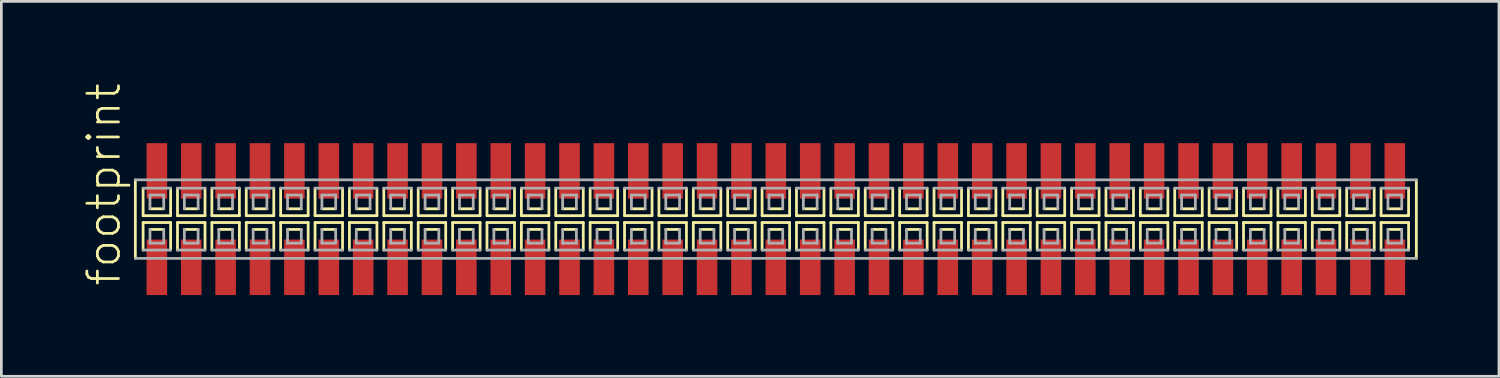
<source format=kicad_pcb>
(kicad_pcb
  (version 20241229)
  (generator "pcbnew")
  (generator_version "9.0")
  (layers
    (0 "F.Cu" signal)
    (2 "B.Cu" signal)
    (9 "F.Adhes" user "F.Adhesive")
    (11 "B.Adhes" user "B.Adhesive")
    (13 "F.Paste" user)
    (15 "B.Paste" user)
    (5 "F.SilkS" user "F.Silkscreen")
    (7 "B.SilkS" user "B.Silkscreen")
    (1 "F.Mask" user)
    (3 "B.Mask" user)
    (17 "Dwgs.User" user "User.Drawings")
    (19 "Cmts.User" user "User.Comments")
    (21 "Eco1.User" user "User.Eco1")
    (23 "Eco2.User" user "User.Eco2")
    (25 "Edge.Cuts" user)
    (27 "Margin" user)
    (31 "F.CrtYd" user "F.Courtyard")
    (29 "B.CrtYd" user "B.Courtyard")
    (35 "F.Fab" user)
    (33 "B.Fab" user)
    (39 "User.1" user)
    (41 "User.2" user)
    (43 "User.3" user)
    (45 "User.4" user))
  (footprint "footprint"
    (layer "F.Cu")
    (at 25.603 5.042)
    (property "Reference" "footprint" (at -24.13 2.54 90) (layer "F.SilkS") (effects (font (size 1.168 1.168) (thickness 0.102)) (justify left bottom)))
    (fp_line (start -23.655 -1.45) (end -23.655 1.45) (stroke (width 0.102) (type solid)) (layer "F.SilkS"))
    (fp_line (start -23.368 -1.143) (end -23.368 -0.127) (stroke (width 0.102) (type solid)) (layer "F.SilkS"))
    (fp_line (start -23.368 -0.127) (end -22.352 -0.127) (stroke (width 0.102) (type solid)) (layer "F.SilkS"))
    (fp_line (start -23.368 0.127) (end -23.368 1.143) (stroke (width 0.102) (type solid)) (layer "F.SilkS"))
    (fp_line (start -23.114 -0.381) (end -22.606 -0.381) (stroke (width 0.102) (type solid)) (layer "F.SilkS"))
    (fp_line (start -22.606 0.381) (end -23.114 0.381) (stroke (width 0.102) (type solid)) (layer "F.SilkS"))
    (fp_line (start -22.352 -0.127) (end -22.352 -1.143) (stroke (width 0.102) (type solid)) (layer "F.SilkS"))
    (fp_line (start -22.352 0.127) (end -23.368 0.127) (stroke (width 0.102) (type solid)) (layer "F.SilkS"))
    (fp_line (start -22.352 1.143) (end -22.352 0.127) (stroke (width 0.102) (type solid)) (layer "F.SilkS"))
    (fp_line (start -22.098 -1.143) (end -22.098 -0.127) (stroke (width 0.102) (type solid)) (layer "F.SilkS"))
    (fp_line (start -22.098 -0.127) (end -21.082 -0.127) (stroke (width 0.102) (type solid)) (layer "F.SilkS"))
    (fp_line (start -22.098 0.127) (end -22.098 1.143) (stroke (width 0.102) (type solid)) (layer "F.SilkS"))
    (fp_line (start -21.844 -0.381) (end -21.336 -0.381) (stroke (width 0.102) (type solid)) (layer "F.SilkS"))
    (fp_line (start -21.336 0.381) (end -21.844 0.381) (stroke (width 0.102) (type solid)) (layer "F.SilkS"))
    (fp_line (start -21.082 -0.127) (end -21.082 -1.143) (stroke (width 0.102) (type solid)) (layer "F.SilkS"))
    (fp_line (start -21.082 0.127) (end -22.098 0.127) (stroke (width 0.102) (type solid)) (layer "F.SilkS"))
    (fp_line (start -21.082 1.143) (end -21.082 0.127) (stroke (width 0.102) (type solid)) (layer "F.SilkS"))
    (fp_line (start -20.828 -1.143) (end -20.828 -0.127) (stroke (width 0.102) (type solid)) (layer "F.SilkS"))
    (fp_line (start -20.828 -0.127) (end -19.812 -0.127) (stroke (width 0.102) (type solid)) (layer "F.SilkS"))
    (fp_line (start -20.828 0.127) (end -20.828 1.143) (stroke (width 0.102) (type solid)) (layer "F.SilkS"))
    (fp_line (start -20.574 -0.381) (end -20.066 -0.381) (stroke (width 0.102) (type solid)) (layer "F.SilkS"))
    (fp_line (start -20.066 0.381) (end -20.574 0.381) (stroke (width 0.102) (type solid)) (layer "F.SilkS"))
    (fp_line (start -19.812 -0.127) (end -19.812 -1.143) (stroke (width 0.102) (type solid)) (layer "F.SilkS"))
    (fp_line (start -19.812 0.127) (end -20.828 0.127) (stroke (width 0.102) (type solid)) (layer "F.SilkS"))
    (fp_line (start -19.812 1.143) (end -19.812 0.127) (stroke (width 0.102) (type solid)) (layer "F.SilkS"))
    (fp_line (start -19.558 -1.143) (end -19.558 -0.127) (stroke (width 0.102) (type solid)) (layer "F.SilkS"))
    (fp_line (start -19.558 -0.127) (end -18.542 -0.127) (stroke (width 0.102) (type solid)) (layer "F.SilkS"))
    (fp_line (start -19.558 0.127) (end -19.558 1.143) (stroke (width 0.102) (type solid)) (layer "F.SilkS"))
    (fp_line (start -19.304 -0.381) (end -18.796 -0.381) (stroke (width 0.102) (type solid)) (layer "F.SilkS"))
    (fp_line (start -18.796 0.381) (end -19.304 0.381) (stroke (width 0.102) (type solid)) (layer "F.SilkS"))
    (fp_line (start -18.542 -0.127) (end -18.542 -1.143) (stroke (width 0.102) (type solid)) (layer "F.SilkS"))
    (fp_line (start -18.542 0.127) (end -19.558 0.127) (stroke (width 0.102) (type solid)) (layer "F.SilkS"))
    (fp_line (start -18.542 1.143) (end -18.542 0.127) (stroke (width 0.102) (type solid)) (layer "F.SilkS"))
    (fp_line (start -18.288 -1.143) (end -18.288 -0.127) (stroke (width 0.102) (type solid)) (layer "F.SilkS"))
    (fp_line (start -18.288 -0.127) (end -17.272 -0.127) (stroke (width 0.102) (type solid)) (layer "F.SilkS"))
    (fp_line (start -18.288 0.127) (end -18.288 1.143) (stroke (width 0.102) (type solid)) (layer "F.SilkS"))
    (fp_line (start -18.034 -0.381) (end -17.526 -0.381) (stroke (width 0.102) (type solid)) (layer "F.SilkS"))
    (fp_line (start -17.526 0.381) (end -18.034 0.381) (stroke (width 0.102) (type solid)) (layer "F.SilkS"))
    (fp_line (start -17.272 -0.127) (end -17.272 -1.143) (stroke (width 0.102) (type solid)) (layer "F.SilkS"))
    (fp_line (start -17.272 0.127) (end -18.288 0.127) (stroke (width 0.102) (type solid)) (layer "F.SilkS"))
    (fp_line (start -17.272 1.143) (end -17.272 0.127) (stroke (width 0.102) (type solid)) (layer "F.SilkS"))
    (fp_line (start -17.018 -1.143) (end -17.018 -0.127) (stroke (width 0.102) (type solid)) (layer "F.SilkS"))
    (fp_line (start -17.018 -0.127) (end -16.002 -0.127) (stroke (width 0.102) (type solid)) (layer "F.SilkS"))
    (fp_line (start -17.018 0.127) (end -17.018 1.143) (stroke (width 0.102) (type solid)) (layer "F.SilkS"))
    (fp_line (start -16.764 -0.381) (end -16.256 -0.381) (stroke (width 0.102) (type solid)) (layer "F.SilkS"))
    (fp_line (start -16.256 0.381) (end -16.764 0.381) (stroke (width 0.102) (type solid)) (layer "F.SilkS"))
    (fp_line (start -16.002 -0.127) (end -16.002 -1.143) (stroke (width 0.102) (type solid)) (layer "F.SilkS"))
    (fp_line (start -16.002 0.127) (end -17.018 0.127) (stroke (width 0.102) (type solid)) (layer "F.SilkS"))
    (fp_line (start -16.002 1.143) (end -16.002 0.127) (stroke (width 0.102) (type solid)) (layer "F.SilkS"))
    (fp_line (start -15.748 -1.143) (end -15.748 -0.127) (stroke (width 0.102) (type solid)) (layer "F.SilkS"))
    (fp_line (start -15.748 -0.127) (end -14.732 -0.127) (stroke (width 0.102) (type solid)) (layer "F.SilkS"))
    (fp_line (start -15.748 0.127) (end -15.748 1.143) (stroke (width 0.102) (type solid)) (layer "F.SilkS"))
    (fp_line (start -15.494 -0.381) (end -14.986 -0.381) (stroke (width 0.102) (type solid)) (layer "F.SilkS"))
    (fp_line (start -14.986 0.381) (end -15.494 0.381) (stroke (width 0.102) (type solid)) (layer "F.SilkS"))
    (fp_line (start -14.732 -0.127) (end -14.732 -1.143) (stroke (width 0.102) (type solid)) (layer "F.SilkS"))
    (fp_line (start -14.732 0.127) (end -15.748 0.127) (stroke (width 0.102) (type solid)) (layer "F.SilkS"))
    (fp_line (start -14.732 1.143) (end -14.732 0.127) (stroke (width 0.102) (type solid)) (layer "F.SilkS"))
    (fp_line (start -14.478 -1.143) (end -14.478 -0.127) (stroke (width 0.102) (type solid)) (layer "F.SilkS"))
    (fp_line (start -14.478 -0.127) (end -13.462 -0.127) (stroke (width 0.102) (type solid)) (layer "F.SilkS"))
    (fp_line (start -14.478 0.127) (end -14.478 1.143) (stroke (width 0.102) (type solid)) (layer "F.SilkS"))
    (fp_line (start -14.224 -0.381) (end -13.716 -0.381) (stroke (width 0.102) (type solid)) (layer "F.SilkS"))
    (fp_line (start -13.716 0.381) (end -14.224 0.381) (stroke (width 0.102) (type solid)) (layer "F.SilkS"))
    (fp_line (start -13.462 -0.127) (end -13.462 -1.143) (stroke (width 0.102) (type solid)) (layer "F.SilkS"))
    (fp_line (start -13.462 0.127) (end -14.478 0.127) (stroke (width 0.102) (type solid)) (layer "F.SilkS"))
    (fp_line (start -13.462 1.143) (end -13.462 0.127) (stroke (width 0.102) (type solid)) (layer "F.SilkS"))
    (fp_line (start -13.208 -1.143) (end -13.208 -0.127) (stroke (width 0.102) (type solid)) (layer "F.SilkS"))
    (fp_line (start -13.208 -0.127) (end -12.192 -0.127) (stroke (width 0.102) (type solid)) (layer "F.SilkS"))
    (fp_line (start -13.208 0.127) (end -13.208 1.143) (stroke (width 0.102) (type solid)) (layer "F.SilkS"))
    (fp_line (start -12.954 -0.381) (end -12.446 -0.381) (stroke (width 0.102) (type solid)) (layer "F.SilkS"))
    (fp_line (start -12.446 0.381) (end -12.954 0.381) (stroke (width 0.102) (type solid)) (layer "F.SilkS"))
    (fp_line (start -12.192 -0.127) (end -12.192 -1.143) (stroke (width 0.102) (type solid)) (layer "F.SilkS"))
    (fp_line (start -12.192 0.127) (end -13.208 0.127) (stroke (width 0.102) (type solid)) (layer "F.SilkS"))
    (fp_line (start -12.192 1.143) (end -12.192 0.127) (stroke (width 0.102) (type solid)) (layer "F.SilkS"))
    (fp_line (start -11.938 -1.143) (end -11.938 -0.127) (stroke (width 0.102) (type solid)) (layer "F.SilkS"))
    (fp_line (start -11.938 -0.127) (end -10.922 -0.127) (stroke (width 0.102) (type solid)) (layer "F.SilkS"))
    (fp_line (start -11.938 0.127) (end -11.938 1.143) (stroke (width 0.102) (type solid)) (layer "F.SilkS"))
    (fp_line (start -11.684 -0.381) (end -11.176 -0.381) (stroke (width 0.102) (type solid)) (layer "F.SilkS"))
    (fp_line (start -11.176 0.381) (end -11.684 0.381) (stroke (width 0.102) (type solid)) (layer "F.SilkS"))
    (fp_line (start -10.922 -0.127) (end -10.922 -1.143) (stroke (width 0.102) (type solid)) (layer "F.SilkS"))
    (fp_line (start -10.922 0.127) (end -11.938 0.127) (stroke (width 0.102) (type solid)) (layer "F.SilkS"))
    (fp_line (start -10.922 1.143) (end -10.922 0.127) (stroke (width 0.102) (type solid)) (layer "F.SilkS"))
    (fp_line (start -10.668 -1.143) (end -10.668 -0.127) (stroke (width 0.102) (type solid)) (layer "F.SilkS"))
    (fp_line (start -10.668 -0.127) (end -9.652 -0.127) (stroke (width 0.102) (type solid)) (layer "F.SilkS"))
    (fp_line (start -10.668 0.127) (end -10.668 1.143) (stroke (width 0.102) (type solid)) (layer "F.SilkS"))
    (fp_line (start -10.414 -0.381) (end -9.906 -0.381) (stroke (width 0.102) (type solid)) (layer "F.SilkS"))
    (fp_line (start -9.906 0.381) (end -10.414 0.381) (stroke (width 0.102) (type solid)) (layer "F.SilkS"))
    (fp_line (start -9.652 -0.127) (end -9.652 -1.143) (stroke (width 0.102) (type solid)) (layer "F.SilkS"))
    (fp_line (start -9.652 0.127) (end -10.668 0.127) (stroke (width 0.102) (type solid)) (layer "F.SilkS"))
    (fp_line (start -9.652 1.143) (end -9.652 0.127) (stroke (width 0.102) (type solid)) (layer "F.SilkS"))
    (fp_line (start -9.398 -1.143) (end -9.398 -0.127) (stroke (width 0.102) (type solid)) (layer "F.SilkS"))
    (fp_line (start -9.398 -0.127) (end -8.382 -0.127) (stroke (width 0.102) (type solid)) (layer "F.SilkS"))
    (fp_line (start -9.398 0.127) (end -9.398 1.143) (stroke (width 0.102) (type solid)) (layer "F.SilkS"))
    (fp_line (start -9.144 -0.381) (end -8.636 -0.381) (stroke (width 0.102) (type solid)) (layer "F.SilkS"))
    (fp_line (start -8.636 0.381) (end -9.144 0.381) (stroke (width 0.102) (type solid)) (layer "F.SilkS"))
    (fp_line (start -8.382 -0.127) (end -8.382 -1.143) (stroke (width 0.102) (type solid)) (layer "F.SilkS"))
    (fp_line (start -8.382 0.127) (end -9.398 0.127) (stroke (width 0.102) (type solid)) (layer "F.SilkS"))
    (fp_line (start -8.382 1.143) (end -8.382 0.127) (stroke (width 0.102) (type solid)) (layer "F.SilkS"))
    (fp_line (start -8.128 -1.143) (end -8.128 -0.127) (stroke (width 0.102) (type solid)) (layer "F.SilkS"))
    (fp_line (start -8.128 -0.127) (end -7.112 -0.127) (stroke (width 0.102) (type solid)) (layer "F.SilkS"))
    (fp_line (start -8.128 0.127) (end -8.128 1.143) (stroke (width 0.102) (type solid)) (layer "F.SilkS"))
    (fp_line (start -7.874 -0.381) (end -7.366 -0.381) (stroke (width 0.102) (type solid)) (layer "F.SilkS"))
    (fp_line (start -7.366 0.381) (end -7.874 0.381) (stroke (width 0.102) (type solid)) (layer "F.SilkS"))
    (fp_line (start -7.112 -0.127) (end -7.112 -1.143) (stroke (width 0.102) (type solid)) (layer "F.SilkS"))
    (fp_line (start -7.112 0.127) (end -8.128 0.127) (stroke (width 0.102) (type solid)) (layer "F.SilkS"))
    (fp_line (start -7.112 1.143) (end -7.112 0.127) (stroke (width 0.102) (type solid)) (layer "F.SilkS"))
    (fp_line (start -6.858 -1.143) (end -6.858 -0.127) (stroke (width 0.102) (type solid)) (layer "F.SilkS"))
    (fp_line (start -6.858 -0.127) (end -5.842 -0.127) (stroke (width 0.102) (type solid)) (layer "F.SilkS"))
    (fp_line (start -6.858 0.127) (end -6.858 1.143) (stroke (width 0.102) (type solid)) (layer "F.SilkS"))
    (fp_line (start -6.604 -0.381) (end -6.096 -0.381) (stroke (width 0.102) (type solid)) (layer "F.SilkS"))
    (fp_line (start -6.096 0.381) (end -6.604 0.381) (stroke (width 0.102) (type solid)) (layer "F.SilkS"))
    (fp_line (start -5.842 -0.127) (end -5.842 -1.143) (stroke (width 0.102) (type solid)) (layer "F.SilkS"))
    (fp_line (start -5.842 0.127) (end -6.858 0.127) (stroke (width 0.102) (type solid)) (layer "F.SilkS"))
    (fp_line (start -5.842 1.143) (end -5.842 0.127) (stroke (width 0.102) (type solid)) (layer "F.SilkS"))
    (fp_line (start -5.588 -1.143) (end -5.588 -0.127) (stroke (width 0.102) (type solid)) (layer "F.SilkS"))
    (fp_line (start -5.588 -0.127) (end -4.572 -0.127) (stroke (width 0.102) (type solid)) (layer "F.SilkS"))
    (fp_line (start -5.588 0.127) (end -5.588 1.143) (stroke (width 0.102) (type solid)) (layer "F.SilkS"))
    (fp_line (start -5.334 -0.381) (end -4.826 -0.381) (stroke (width 0.102) (type solid)) (layer "F.SilkS"))
    (fp_line (start -4.826 0.381) (end -5.334 0.381) (stroke (width 0.102) (type solid)) (layer "F.SilkS"))
    (fp_line (start -4.572 -0.127) (end -4.572 -1.143) (stroke (width 0.102) (type solid)) (layer "F.SilkS"))
    (fp_line (start -4.572 0.127) (end -5.588 0.127) (stroke (width 0.102) (type solid)) (layer "F.SilkS"))
    (fp_line (start -4.572 1.143) (end -4.572 0.127) (stroke (width 0.102) (type solid)) (layer "F.SilkS"))
    (fp_line (start -4.318 -1.143) (end -4.318 -0.127) (stroke (width 0.102) (type solid)) (layer "F.SilkS"))
    (fp_line (start -4.318 -0.127) (end -3.302 -0.127) (stroke (width 0.102) (type solid)) (layer "F.SilkS"))
    (fp_line (start -4.318 0.127) (end -4.318 1.143) (stroke (width 0.102) (type solid)) (layer "F.SilkS"))
    (fp_line (start -4.064 -0.381) (end -3.556 -0.381) (stroke (width 0.102) (type solid)) (layer "F.SilkS"))
    (fp_line (start -3.556 0.381) (end -4.064 0.381) (stroke (width 0.102) (type solid)) (layer "F.SilkS"))
    (fp_line (start -3.302 -0.127) (end -3.302 -1.143) (stroke (width 0.102) (type solid)) (layer "F.SilkS"))
    (fp_line (start -3.302 0.127) (end -4.318 0.127) (stroke (width 0.102) (type solid)) (layer "F.SilkS"))
    (fp_line (start -3.302 1.143) (end -3.302 0.127) (stroke (width 0.102) (type solid)) (layer "F.SilkS"))
    (fp_line (start -3.048 -1.143) (end -3.048 -0.127) (stroke (width 0.102) (type solid)) (layer "F.SilkS"))
    (fp_line (start -3.048 -0.127) (end -2.032 -0.127) (stroke (width 0.102) (type solid)) (layer "F.SilkS"))
    (fp_line (start -3.048 0.127) (end -3.048 1.143) (stroke (width 0.102) (type solid)) (layer "F.SilkS"))
    (fp_line (start -2.794 -0.381) (end -2.286 -0.381) (stroke (width 0.102) (type solid)) (layer "F.SilkS"))
    (fp_line (start -2.286 0.381) (end -2.794 0.381) (stroke (width 0.102) (type solid)) (layer "F.SilkS"))
    (fp_line (start -2.032 -0.127) (end -2.032 -1.143) (stroke (width 0.102) (type solid)) (layer "F.SilkS"))
    (fp_line (start -2.032 0.127) (end -3.048 0.127) (stroke (width 0.102) (type solid)) (layer "F.SilkS"))
    (fp_line (start -2.032 1.143) (end -2.032 0.127) (stroke (width 0.102) (type solid)) (layer "F.SilkS"))
    (fp_line (start -1.778 -1.143) (end -1.778 -0.127) (stroke (width 0.102) (type solid)) (layer "F.SilkS"))
    (fp_line (start -1.778 -0.127) (end -0.762 -0.127) (stroke (width 0.102) (type solid)) (layer "F.SilkS"))
    (fp_line (start -1.778 0.127) (end -1.778 1.143) (stroke (width 0.102) (type solid)) (layer "F.SilkS"))
    (fp_line (start -1.524 -0.381) (end -1.016 -0.381) (stroke (width 0.102) (type solid)) (layer "F.SilkS"))
    (fp_line (start -1.016 0.381) (end -1.524 0.381) (stroke (width 0.102) (type solid)) (layer "F.SilkS"))
    (fp_line (start -0.762 -0.127) (end -0.762 -1.143) (stroke (width 0.102) (type solid)) (layer "F.SilkS"))
    (fp_line (start -0.762 0.127) (end -1.778 0.127) (stroke (width 0.102) (type solid)) (layer "F.SilkS"))
    (fp_line (start -0.762 1.143) (end -0.762 0.127) (stroke (width 0.102) (type solid)) (layer "F.SilkS"))
    (fp_line (start -0.508 -1.143) (end -0.508 -0.127) (stroke (width 0.102) (type solid)) (layer "F.SilkS"))
    (fp_line (start -0.508 -0.127) (end 0.508 -0.127) (stroke (width 0.102) (type solid)) (layer "F.SilkS"))
    (fp_line (start -0.508 0.127) (end -0.508 1.143) (stroke (width 0.102) (type solid)) (layer "F.SilkS"))
    (fp_line (start -0.254 -0.381) (end 0.254 -0.381) (stroke (width 0.102) (type solid)) (layer "F.SilkS"))
    (fp_line (start 0.254 0.381) (end -0.254 0.381) (stroke (width 0.102) (type solid)) (layer "F.SilkS"))
    (fp_line (start 0.508 -0.127) (end 0.508 -1.143) (stroke (width 0.102) (type solid)) (layer "F.SilkS"))
    (fp_line (start 0.508 0.127) (end -0.508 0.127) (stroke (width 0.102) (type solid)) (layer "F.SilkS"))
    (fp_line (start 0.508 1.143) (end 0.508 0.127) (stroke (width 0.102) (type solid)) (layer "F.SilkS"))
    (fp_line (start 0.762 -1.143) (end 0.762 -0.127) (stroke (width 0.102) (type solid)) (layer "F.SilkS"))
    (fp_line (start 0.762 -0.127) (end 1.778 -0.127) (stroke (width 0.102) (type solid)) (layer "F.SilkS"))
    (fp_line (start 0.762 0.127) (end 0.762 1.143) (stroke (width 0.102) (type solid)) (layer "F.SilkS"))
    (fp_line (start 1.016 -0.381) (end 1.524 -0.381) (stroke (width 0.102) (type solid)) (layer "F.SilkS"))
    (fp_line (start 1.524 0.381) (end 1.016 0.381) (stroke (width 0.102) (type solid)) (layer "F.SilkS"))
    (fp_line (start 1.778 -0.127) (end 1.778 -1.143) (stroke (width 0.102) (type solid)) (layer "F.SilkS"))
    (fp_line (start 1.778 0.127) (end 0.762 0.127) (stroke (width 0.102) (type solid)) (layer "F.SilkS"))
    (fp_line (start 1.778 1.143) (end 1.778 0.127) (stroke (width 0.102) (type solid)) (layer "F.SilkS"))
    (fp_line (start 2.032 -1.143) (end 2.032 -0.127) (stroke (width 0.102) (type solid)) (layer "F.SilkS"))
    (fp_line (start 2.032 -0.127) (end 3.048 -0.127) (stroke (width 0.102) (type solid)) (layer "F.SilkS"))
    (fp_line (start 2.032 0.127) (end 2.032 1.143) (stroke (width 0.102) (type solid)) (layer "F.SilkS"))
    (fp_line (start 2.286 -0.381) (end 2.794 -0.381) (stroke (width 0.102) (type solid)) (layer "F.SilkS"))
    (fp_line (start 2.794 0.381) (end 2.286 0.381) (stroke (width 0.102) (type solid)) (layer "F.SilkS"))
    (fp_line (start 3.048 -0.127) (end 3.048 -1.143) (stroke (width 0.102) (type solid)) (layer "F.SilkS"))
    (fp_line (start 3.048 0.127) (end 2.032 0.127) (stroke (width 0.102) (type solid)) (layer "F.SilkS"))
    (fp_line (start 3.048 1.143) (end 3.048 0.127) (stroke (width 0.102) (type solid)) (layer "F.SilkS"))
    (fp_line (start 3.302 -1.143) (end 3.302 -0.127) (stroke (width 0.102) (type solid)) (layer "F.SilkS"))
    (fp_line (start 3.302 -0.127) (end 4.318 -0.127) (stroke (width 0.102) (type solid)) (layer "F.SilkS"))
    (fp_line (start 3.302 0.127) (end 3.302 1.143) (stroke (width 0.102) (type solid)) (layer "F.SilkS"))
    (fp_line (start 3.556 -0.381) (end 4.064 -0.381) (stroke (width 0.102) (type solid)) (layer "F.SilkS"))
    (fp_line (start 4.064 0.381) (end 3.556 0.381) (stroke (width 0.102) (type solid)) (layer "F.SilkS"))
    (fp_line (start 4.318 -0.127) (end 4.318 -1.143) (stroke (width 0.102) (type solid)) (layer "F.SilkS"))
    (fp_line (start 4.318 0.127) (end 3.302 0.127) (stroke (width 0.102) (type solid)) (layer "F.SilkS"))
    (fp_line (start 4.318 1.143) (end 4.318 0.127) (stroke (width 0.102) (type solid)) (layer "F.SilkS"))
    (fp_line (start 4.572 -1.143) (end 4.572 -0.127) (stroke (width 0.102) (type solid)) (layer "F.SilkS"))
    (fp_line (start 4.572 -0.127) (end 5.588 -0.127) (stroke (width 0.102) (type solid)) (layer "F.SilkS"))
    (fp_line (start 4.572 0.127) (end 4.572 1.143) (stroke (width 0.102) (type solid)) (layer "F.SilkS"))
    (fp_line (start 4.826 -0.381) (end 5.334 -0.381) (stroke (width 0.102) (type solid)) (layer "F.SilkS"))
    (fp_line (start 5.334 0.381) (end 4.826 0.381) (stroke (width 0.102) (type solid)) (layer "F.SilkS"))
    (fp_line (start 5.588 -0.127) (end 5.588 -1.143) (stroke (width 0.102) (type solid)) (layer "F.SilkS"))
    (fp_line (start 5.588 0.127) (end 4.572 0.127) (stroke (width 0.102) (type solid)) (layer "F.SilkS"))
    (fp_line (start 5.588 1.143) (end 5.588 0.127) (stroke (width 0.102) (type solid)) (layer "F.SilkS"))
    (fp_line (start 5.842 -1.143) (end 5.842 -0.127) (stroke (width 0.102) (type solid)) (layer "F.SilkS"))
    (fp_line (start 5.842 -0.127) (end 6.858 -0.127) (stroke (width 0.102) (type solid)) (layer "F.SilkS"))
    (fp_line (start 5.842 0.127) (end 5.842 1.143) (stroke (width 0.102) (type solid)) (layer "F.SilkS"))
    (fp_line (start 6.096 -0.381) (end 6.604 -0.381) (stroke (width 0.102) (type solid)) (layer "F.SilkS"))
    (fp_line (start 6.604 0.381) (end 6.096 0.381) (stroke (width 0.102) (type solid)) (layer "F.SilkS"))
    (fp_line (start 6.858 -0.127) (end 6.858 -1.143) (stroke (width 0.102) (type solid)) (layer "F.SilkS"))
    (fp_line (start 6.858 0.127) (end 5.842 0.127) (stroke (width 0.102) (type solid)) (layer "F.SilkS"))
    (fp_line (start 6.858 1.143) (end 6.858 0.127) (stroke (width 0.102) (type solid)) (layer "F.SilkS"))
    (fp_line (start 7.112 -1.143) (end 7.112 -0.127) (stroke (width 0.102) (type solid)) (layer "F.SilkS"))
    (fp_line (start 7.112 -0.127) (end 8.128 -0.127) (stroke (width 0.102) (type solid)) (layer "F.SilkS"))
    (fp_line (start 7.112 0.127) (end 7.112 1.143) (stroke (width 0.102) (type solid)) (layer "F.SilkS"))
    (fp_line (start 7.366 -0.381) (end 7.874 -0.381) (stroke (width 0.102) (type solid)) (layer "F.SilkS"))
    (fp_line (start 7.874 0.381) (end 7.366 0.381) (stroke (width 0.102) (type solid)) (layer "F.SilkS"))
    (fp_line (start 8.128 -0.127) (end 8.128 -1.143) (stroke (width 0.102) (type solid)) (layer "F.SilkS"))
    (fp_line (start 8.128 0.127) (end 7.112 0.127) (stroke (width 0.102) (type solid)) (layer "F.SilkS"))
    (fp_line (start 8.128 1.143) (end 8.128 0.127) (stroke (width 0.102) (type solid)) (layer "F.SilkS"))
    (fp_line (start 8.382 -1.143) (end 8.382 -0.127) (stroke (width 0.102) (type solid)) (layer "F.SilkS"))
    (fp_line (start 8.382 -0.127) (end 9.398 -0.127) (stroke (width 0.102) (type solid)) (layer "F.SilkS"))
    (fp_line (start 8.382 0.127) (end 8.382 1.143) (stroke (width 0.102) (type solid)) (layer "F.SilkS"))
    (fp_line (start 8.636 -0.381) (end 9.144 -0.381) (stroke (width 0.102) (type solid)) (layer "F.SilkS"))
    (fp_line (start 9.144 0.381) (end 8.636 0.381) (stroke (width 0.102) (type solid)) (layer "F.SilkS"))
    (fp_line (start 9.398 -0.127) (end 9.398 -1.143) (stroke (width 0.102) (type solid)) (layer "F.SilkS"))
    (fp_line (start 9.398 0.127) (end 8.382 0.127) (stroke (width 0.102) (type solid)) (layer "F.SilkS"))
    (fp_line (start 9.398 1.143) (end 9.398 0.127) (stroke (width 0.102) (type solid)) (layer "F.SilkS"))
    (fp_line (start 9.652 -1.143) (end 9.652 -0.127) (stroke (width 0.102) (type solid)) (layer "F.SilkS"))
    (fp_line (start 9.652 -0.127) (end 10.668 -0.127) (stroke (width 0.102) (type solid)) (layer "F.SilkS"))
    (fp_line (start 9.652 0.127) (end 9.652 1.143) (stroke (width 0.102) (type solid)) (layer "F.SilkS"))
    (fp_line (start 9.906 -0.381) (end 10.414 -0.381) (stroke (width 0.102) (type solid)) (layer "F.SilkS"))
    (fp_line (start 10.414 0.381) (end 9.906 0.381) (stroke (width 0.102) (type solid)) (layer "F.SilkS"))
    (fp_line (start 10.668 -0.127) (end 10.668 -1.143) (stroke (width 0.102) (type solid)) (layer "F.SilkS"))
    (fp_line (start 10.668 0.127) (end 9.652 0.127) (stroke (width 0.102) (type solid)) (layer "F.SilkS"))
    (fp_line (start 10.668 1.143) (end 10.668 0.127) (stroke (width 0.102) (type solid)) (layer "F.SilkS"))
    (fp_line (start 10.922 -1.143) (end 10.922 -0.127) (stroke (width 0.102) (type solid)) (layer "F.SilkS"))
    (fp_line (start 10.922 -0.127) (end 11.938 -0.127) (stroke (width 0.102) (type solid)) (layer "F.SilkS"))
    (fp_line (start 10.922 0.127) (end 10.922 1.143) (stroke (width 0.102) (type solid)) (layer "F.SilkS"))
    (fp_line (start 11.176 -0.381) (end 11.684 -0.381) (stroke (width 0.102) (type solid)) (layer "F.SilkS"))
    (fp_line (start 11.684 0.381) (end 11.176 0.381) (stroke (width 0.102) (type solid)) (layer "F.SilkS"))
    (fp_line (start 11.938 -0.127) (end 11.938 -1.143) (stroke (width 0.102) (type solid)) (layer "F.SilkS"))
    (fp_line (start 11.938 0.127) (end 10.922 0.127) (stroke (width 0.102) (type solid)) (layer "F.SilkS"))
    (fp_line (start 11.938 1.143) (end 11.938 0.127) (stroke (width 0.102) (type solid)) (layer "F.SilkS"))
    (fp_line (start 12.192 -1.143) (end 12.192 -0.127) (stroke (width 0.102) (type solid)) (layer "F.SilkS"))
    (fp_line (start 12.192 -0.127) (end 13.208 -0.127) (stroke (width 0.102) (type solid)) (layer "F.SilkS"))
    (fp_line (start 12.192 0.127) (end 12.192 1.143) (stroke (width 0.102) (type solid)) (layer "F.SilkS"))
    (fp_line (start 12.446 -0.381) (end 12.954 -0.381) (stroke (width 0.102) (type solid)) (layer "F.SilkS"))
    (fp_line (start 12.954 0.381) (end 12.446 0.381) (stroke (width 0.102) (type solid)) (layer "F.SilkS"))
    (fp_line (start 13.208 -0.127) (end 13.208 -1.143) (stroke (width 0.102) (type solid)) (layer "F.SilkS"))
    (fp_line (start 13.208 0.127) (end 12.192 0.127) (stroke (width 0.102) (type solid)) (layer "F.SilkS"))
    (fp_line (start 13.208 1.143) (end 13.208 0.127) (stroke (width 0.102) (type solid)) (layer "F.SilkS"))
    (fp_line (start 13.462 -1.143) (end 13.462 -0.127) (stroke (width 0.102) (type solid)) (layer "F.SilkS"))
    (fp_line (start 13.462 -0.127) (end 14.478 -0.127) (stroke (width 0.102) (type solid)) (layer "F.SilkS"))
    (fp_line (start 13.462 0.127) (end 13.462 1.143) (stroke (width 0.102) (type solid)) (layer "F.SilkS"))
    (fp_line (start 13.716 -0.381) (end 14.224 -0.381) (stroke (width 0.102) (type solid)) (layer "F.SilkS"))
    (fp_line (start 14.224 0.381) (end 13.716 0.381) (stroke (width 0.102) (type solid)) (layer "F.SilkS"))
    (fp_line (start 14.478 -0.127) (end 14.478 -1.143) (stroke (width 0.102) (type solid)) (layer "F.SilkS"))
    (fp_line (start 14.478 0.127) (end 13.462 0.127) (stroke (width 0.102) (type solid)) (layer "F.SilkS"))
    (fp_line (start 14.478 1.143) (end 14.478 0.127) (stroke (width 0.102) (type solid)) (layer "F.SilkS"))
    (fp_line (start 14.732 -1.143) (end 14.732 -0.127) (stroke (width 0.102) (type solid)) (layer "F.SilkS"))
    (fp_line (start 14.732 -0.127) (end 15.748 -0.127) (stroke (width 0.102) (type solid)) (layer "F.SilkS"))
    (fp_line (start 14.732 0.127) (end 14.732 1.143) (stroke (width 0.102) (type solid)) (layer "F.SilkS"))
    (fp_line (start 14.986 -0.381) (end 15.494 -0.381) (stroke (width 0.102) (type solid)) (layer "F.SilkS"))
    (fp_line (start 15.494 0.381) (end 14.986 0.381) (stroke (width 0.102) (type solid)) (layer "F.SilkS"))
    (fp_line (start 15.748 -0.127) (end 15.748 -1.143) (stroke (width 0.102) (type solid)) (layer "F.SilkS"))
    (fp_line (start 15.748 0.127) (end 14.732 0.127) (stroke (width 0.102) (type solid)) (layer "F.SilkS"))
    (fp_line (start 15.748 1.143) (end 15.748 0.127) (stroke (width 0.102) (type solid)) (layer "F.SilkS"))
    (fp_line (start 16.002 -1.143) (end 16.002 -0.127) (stroke (width 0.102) (type solid)) (layer "F.SilkS"))
    (fp_line (start 16.002 -0.127) (end 17.018 -0.127) (stroke (width 0.102) (type solid)) (layer "F.SilkS"))
    (fp_line (start 16.002 0.127) (end 16.002 1.143) (stroke (width 0.102) (type solid)) (layer "F.SilkS"))
    (fp_line (start 16.256 -0.381) (end 16.764 -0.381) (stroke (width 0.102) (type solid)) (layer "F.SilkS"))
    (fp_line (start 16.764 0.381) (end 16.256 0.381) (stroke (width 0.102) (type solid)) (layer "F.SilkS"))
    (fp_line (start 17.018 -0.127) (end 17.018 -1.143) (stroke (width 0.102) (type solid)) (layer "F.SilkS"))
    (fp_line (start 17.018 0.127) (end 16.002 0.127) (stroke (width 0.102) (type solid)) (layer "F.SilkS"))
    (fp_line (start 17.018 1.143) (end 17.018 0.127) (stroke (width 0.102) (type solid)) (layer "F.SilkS"))
    (fp_line (start 17.272 -1.143) (end 17.272 -0.127) (stroke (width 0.102) (type solid)) (layer "F.SilkS"))
    (fp_line (start 17.272 -0.127) (end 18.288 -0.127) (stroke (width 0.102) (type solid)) (layer "F.SilkS"))
    (fp_line (start 17.272 0.127) (end 17.272 1.143) (stroke (width 0.102) (type solid)) (layer "F.SilkS"))
    (fp_line (start 17.526 -0.381) (end 18.034 -0.381) (stroke (width 0.102) (type solid)) (layer "F.SilkS"))
    (fp_line (start 18.034 0.381) (end 17.526 0.381) (stroke (width 0.102) (type solid)) (layer "F.SilkS"))
    (fp_line (start 18.288 -0.127) (end 18.288 -1.143) (stroke (width 0.102) (type solid)) (layer "F.SilkS"))
    (fp_line (start 18.288 0.127) (end 17.272 0.127) (stroke (width 0.102) (type solid)) (layer "F.SilkS"))
    (fp_line (start 18.288 1.143) (end 18.288 0.127) (stroke (width 0.102) (type solid)) (layer "F.SilkS"))
    (fp_line (start 18.542 -1.143) (end 18.542 -0.127) (stroke (width 0.102) (type solid)) (layer "F.SilkS"))
    (fp_line (start 18.542 -0.127) (end 19.558 -0.127) (stroke (width 0.102) (type solid)) (layer "F.SilkS"))
    (fp_line (start 18.542 0.127) (end 18.542 1.143) (stroke (width 0.102) (type solid)) (layer "F.SilkS"))
    (fp_line (start 18.796 -0.381) (end 19.304 -0.381) (stroke (width 0.102) (type solid)) (layer "F.SilkS"))
    (fp_line (start 19.304 0.381) (end 18.796 0.381) (stroke (width 0.102) (type solid)) (layer "F.SilkS"))
    (fp_line (start 19.558 -0.127) (end 19.558 -1.143) (stroke (width 0.102) (type solid)) (layer "F.SilkS"))
    (fp_line (start 19.558 0.127) (end 18.542 0.127) (stroke (width 0.102) (type solid)) (layer "F.SilkS"))
    (fp_line (start 19.558 1.143) (end 19.558 0.127) (stroke (width 0.102) (type solid)) (layer "F.SilkS"))
    (fp_line (start 19.812 -1.143) (end 19.812 -0.127) (stroke (width 0.102) (type solid)) (layer "F.SilkS"))
    (fp_line (start 19.812 -0.127) (end 20.828 -0.127) (stroke (width 0.102) (type solid)) (layer "F.SilkS"))
    (fp_line (start 19.812 0.127) (end 19.812 1.143) (stroke (width 0.102) (type solid)) (layer "F.SilkS"))
    (fp_line (start 20.066 -0.381) (end 20.574 -0.381) (stroke (width 0.102) (type solid)) (layer "F.SilkS"))
    (fp_line (start 20.574 0.381) (end 20.066 0.381) (stroke (width 0.102) (type solid)) (layer "F.SilkS"))
    (fp_line (start 20.828 -0.127) (end 20.828 -1.143) (stroke (width 0.102) (type solid)) (layer "F.SilkS"))
    (fp_line (start 20.828 0.127) (end 19.812 0.127) (stroke (width 0.102) (type solid)) (layer "F.SilkS"))
    (fp_line (start 20.828 1.143) (end 20.828 0.127) (stroke (width 0.102) (type solid)) (layer "F.SilkS"))
    (fp_line (start 21.082 -1.143) (end 21.082 -0.127) (stroke (width 0.102) (type solid)) (layer "F.SilkS"))
    (fp_line (start 21.082 -0.127) (end 22.098 -0.127) (stroke (width 0.102) (type solid)) (layer "F.SilkS"))
    (fp_line (start 21.082 0.127) (end 21.082 1.143) (stroke (width 0.102) (type solid)) (layer "F.SilkS"))
    (fp_line (start 21.336 -0.381) (end 21.844 -0.381) (stroke (width 0.102) (type solid)) (layer "F.SilkS"))
    (fp_line (start 21.844 0.381) (end 21.336 0.381) (stroke (width 0.102) (type solid)) (layer "F.SilkS"))
    (fp_line (start 22.098 -0.127) (end 22.098 -1.143) (stroke (width 0.102) (type solid)) (layer "F.SilkS"))
    (fp_line (start 22.098 0.127) (end 21.082 0.127) (stroke (width 0.102) (type solid)) (layer "F.SilkS"))
    (fp_line (start 22.098 1.143) (end 22.098 0.127) (stroke (width 0.102) (type solid)) (layer "F.SilkS"))
    (fp_line (start 22.352 -1.143) (end 22.352 -0.127) (stroke (width 0.102) (type solid)) (layer "F.SilkS"))
    (fp_line (start 22.352 -0.127) (end 23.368 -0.127) (stroke (width 0.102) (type solid)) (layer "F.SilkS"))
    (fp_line (start 22.352 0.127) (end 22.352 1.143) (stroke (width 0.102) (type solid)) (layer "F.SilkS"))
    (fp_line (start 22.606 -0.381) (end 23.114 -0.381) (stroke (width 0.102) (type solid)) (layer "F.SilkS"))
    (fp_line (start 23.114 0.381) (end 22.606 0.381) (stroke (width 0.102) (type solid)) (layer "F.SilkS"))
    (fp_line (start 23.368 -0.127) (end 23.368 -1.143) (stroke (width 0.102) (type solid)) (layer "F.SilkS"))
    (fp_line (start 23.368 0.127) (end 22.352 0.127) (stroke (width 0.102) (type solid)) (layer "F.SilkS"))
    (fp_line (start 23.368 1.143) (end 23.368 0.127) (stroke (width 0.102) (type solid)) (layer "F.SilkS"))
    (fp_line (start 23.655 1.45) (end 23.655 -1.45) (stroke (width 0.102) (type solid)) (layer "F.SilkS"))
    (fp_line (start -23.655 1.45) (end 23.655 1.45) (stroke (width 0.102) (type solid)) (layer "F.Fab"))
    (fp_line (start -23.368 1.143) (end -22.352 1.143) (stroke (width 0.102) (type solid)) (layer "F.Fab"))
    (fp_line (start -23.114 -0.889) (end -23.114 -0.381) (stroke (width 0.102) (type solid)) (layer "F.Fab"))
    (fp_line (start -23.114 0.381) (end -23.114 0.889) (stroke (width 0.102) (type solid)) (layer "F.Fab"))
    (fp_line (start -23.114 0.889) (end -22.606 0.889) (stroke (width 0.102) (type solid)) (layer "F.Fab"))
    (fp_line (start -22.606 -0.889) (end -23.114 -0.889) (stroke (width 0.102) (type solid)) (layer "F.Fab"))
    (fp_line (start -22.606 -0.381) (end -22.606 -0.889) (stroke (width 0.102) (type solid)) (layer "F.Fab"))
    (fp_line (start -22.606 0.889) (end -22.606 0.381) (stroke (width 0.102) (type solid)) (layer "F.Fab"))
    (fp_line (start -22.352 -1.143) (end -23.368 -1.143) (stroke (width 0.102) (type solid)) (layer "F.Fab"))
    (fp_line (start -22.098 1.143) (end -21.082 1.143) (stroke (width 0.102) (type solid)) (layer "F.Fab"))
    (fp_line (start -21.844 -0.889) (end -21.844 -0.381) (stroke (width 0.102) (type solid)) (layer "F.Fab"))
    (fp_line (start -21.844 0.381) (end -21.844 0.889) (stroke (width 0.102) (type solid)) (layer "F.Fab"))
    (fp_line (start -21.844 0.889) (end -21.336 0.889) (stroke (width 0.102) (type solid)) (layer "F.Fab"))
    (fp_line (start -21.336 -0.889) (end -21.844 -0.889) (stroke (width 0.102) (type solid)) (layer "F.Fab"))
    (fp_line (start -21.336 -0.381) (end -21.336 -0.889) (stroke (width 0.102) (type solid)) (layer "F.Fab"))
    (fp_line (start -21.336 0.889) (end -21.336 0.381) (stroke (width 0.102) (type solid)) (layer "F.Fab"))
    (fp_line (start -21.082 -1.143) (end -22.098 -1.143) (stroke (width 0.102) (type solid)) (layer "F.Fab"))
    (fp_line (start -20.828 1.143) (end -19.812 1.143) (stroke (width 0.102) (type solid)) (layer "F.Fab"))
    (fp_line (start -20.574 -0.889) (end -20.574 -0.381) (stroke (width 0.102) (type solid)) (layer "F.Fab"))
    (fp_line (start -20.574 0.381) (end -20.574 0.889) (stroke (width 0.102) (type solid)) (layer "F.Fab"))
    (fp_line (start -20.574 0.889) (end -20.066 0.889) (stroke (width 0.102) (type solid)) (layer "F.Fab"))
    (fp_line (start -20.066 -0.889) (end -20.574 -0.889) (stroke (width 0.102) (type solid)) (layer "F.Fab"))
    (fp_line (start -20.066 -0.381) (end -20.066 -0.889) (stroke (width 0.102) (type solid)) (layer "F.Fab"))
    (fp_line (start -20.066 0.889) (end -20.066 0.381) (stroke (width 0.102) (type solid)) (layer "F.Fab"))
    (fp_line (start -19.812 -1.143) (end -20.828 -1.143) (stroke (width 0.102) (type solid)) (layer "F.Fab"))
    (fp_line (start -19.558 1.143) (end -18.542 1.143) (stroke (width 0.102) (type solid)) (layer "F.Fab"))
    (fp_line (start -19.304 -0.889) (end -19.304 -0.381) (stroke (width 0.102) (type solid)) (layer "F.Fab"))
    (fp_line (start -19.304 0.381) (end -19.304 0.889) (stroke (width 0.102) (type solid)) (layer "F.Fab"))
    (fp_line (start -19.304 0.889) (end -18.796 0.889) (stroke (width 0.102) (type solid)) (layer "F.Fab"))
    (fp_line (start -18.796 -0.889) (end -19.304 -0.889) (stroke (width 0.102) (type solid)) (layer "F.Fab"))
    (fp_line (start -18.796 -0.381) (end -18.796 -0.889) (stroke (width 0.102) (type solid)) (layer "F.Fab"))
    (fp_line (start -18.796 0.889) (end -18.796 0.381) (stroke (width 0.102) (type solid)) (layer "F.Fab"))
    (fp_line (start -18.542 -1.143) (end -19.558 -1.143) (stroke (width 0.102) (type solid)) (layer "F.Fab"))
    (fp_line (start -18.288 1.143) (end -17.272 1.143) (stroke (width 0.102) (type solid)) (layer "F.Fab"))
    (fp_line (start -18.034 -0.889) (end -18.034 -0.381) (stroke (width 0.102) (type solid)) (layer "F.Fab"))
    (fp_line (start -18.034 0.381) (end -18.034 0.889) (stroke (width 0.102) (type solid)) (layer "F.Fab"))
    (fp_line (start -18.034 0.889) (end -17.526 0.889) (stroke (width 0.102) (type solid)) (layer "F.Fab"))
    (fp_line (start -17.526 -0.889) (end -18.034 -0.889) (stroke (width 0.102) (type solid)) (layer "F.Fab"))
    (fp_line (start -17.526 -0.381) (end -17.526 -0.889) (stroke (width 0.102) (type solid)) (layer "F.Fab"))
    (fp_line (start -17.526 0.889) (end -17.526 0.381) (stroke (width 0.102) (type solid)) (layer "F.Fab"))
    (fp_line (start -17.272 -1.143) (end -18.288 -1.143) (stroke (width 0.102) (type solid)) (layer "F.Fab"))
    (fp_line (start -17.018 1.143) (end -16.002 1.143) (stroke (width 0.102) (type solid)) (layer "F.Fab"))
    (fp_line (start -16.764 -0.889) (end -16.764 -0.381) (stroke (width 0.102) (type solid)) (layer "F.Fab"))
    (fp_line (start -16.764 0.381) (end -16.764 0.889) (stroke (width 0.102) (type solid)) (layer "F.Fab"))
    (fp_line (start -16.764 0.889) (end -16.256 0.889) (stroke (width 0.102) (type solid)) (layer "F.Fab"))
    (fp_line (start -16.256 -0.889) (end -16.764 -0.889) (stroke (width 0.102) (type solid)) (layer "F.Fab"))
    (fp_line (start -16.256 -0.381) (end -16.256 -0.889) (stroke (width 0.102) (type solid)) (layer "F.Fab"))
    (fp_line (start -16.256 0.889) (end -16.256 0.381) (stroke (width 0.102) (type solid)) (layer "F.Fab"))
    (fp_line (start -16.002 -1.143) (end -17.018 -1.143) (stroke (width 0.102) (type solid)) (layer "F.Fab"))
    (fp_line (start -15.748 1.143) (end -14.732 1.143) (stroke (width 0.102) (type solid)) (layer "F.Fab"))
    (fp_line (start -15.494 -0.889) (end -15.494 -0.381) (stroke (width 0.102) (type solid)) (layer "F.Fab"))
    (fp_line (start -15.494 0.381) (end -15.494 0.889) (stroke (width 0.102) (type solid)) (layer "F.Fab"))
    (fp_line (start -15.494 0.889) (end -14.986 0.889) (stroke (width 0.102) (type solid)) (layer "F.Fab"))
    (fp_line (start -14.986 -0.889) (end -15.494 -0.889) (stroke (width 0.102) (type solid)) (layer "F.Fab"))
    (fp_line (start -14.986 -0.381) (end -14.986 -0.889) (stroke (width 0.102) (type solid)) (layer "F.Fab"))
    (fp_line (start -14.986 0.889) (end -14.986 0.381) (stroke (width 0.102) (type solid)) (layer "F.Fab"))
    (fp_line (start -14.732 -1.143) (end -15.748 -1.143) (stroke (width 0.102) (type solid)) (layer "F.Fab"))
    (fp_line (start -14.478 1.143) (end -13.462 1.143) (stroke (width 0.102) (type solid)) (layer "F.Fab"))
    (fp_line (start -14.224 -0.889) (end -14.224 -0.381) (stroke (width 0.102) (type solid)) (layer "F.Fab"))
    (fp_line (start -14.224 0.381) (end -14.224 0.889) (stroke (width 0.102) (type solid)) (layer "F.Fab"))
    (fp_line (start -14.224 0.889) (end -13.716 0.889) (stroke (width 0.102) (type solid)) (layer "F.Fab"))
    (fp_line (start -13.716 -0.889) (end -14.224 -0.889) (stroke (width 0.102) (type solid)) (layer "F.Fab"))
    (fp_line (start -13.716 -0.381) (end -13.716 -0.889) (stroke (width 0.102) (type solid)) (layer "F.Fab"))
    (fp_line (start -13.716 0.889) (end -13.716 0.381) (stroke (width 0.102) (type solid)) (layer "F.Fab"))
    (fp_line (start -13.462 -1.143) (end -14.478 -1.143) (stroke (width 0.102) (type solid)) (layer "F.Fab"))
    (fp_line (start -13.208 1.143) (end -12.192 1.143) (stroke (width 0.102) (type solid)) (layer "F.Fab"))
    (fp_line (start -12.954 -0.889) (end -12.954 -0.381) (stroke (width 0.102) (type solid)) (layer "F.Fab"))
    (fp_line (start -12.954 0.381) (end -12.954 0.889) (stroke (width 0.102) (type solid)) (layer "F.Fab"))
    (fp_line (start -12.954 0.889) (end -12.446 0.889) (stroke (width 0.102) (type solid)) (layer "F.Fab"))
    (fp_line (start -12.446 -0.889) (end -12.954 -0.889) (stroke (width 0.102) (type solid)) (layer "F.Fab"))
    (fp_line (start -12.446 -0.381) (end -12.446 -0.889) (stroke (width 0.102) (type solid)) (layer "F.Fab"))
    (fp_line (start -12.446 0.889) (end -12.446 0.381) (stroke (width 0.102) (type solid)) (layer "F.Fab"))
    (fp_line (start -12.192 -1.143) (end -13.208 -1.143) (stroke (width 0.102) (type solid)) (layer "F.Fab"))
    (fp_line (start -11.938 1.143) (end -10.922 1.143) (stroke (width 0.102) (type solid)) (layer "F.Fab"))
    (fp_line (start -11.684 -0.889) (end -11.684 -0.381) (stroke (width 0.102) (type solid)) (layer "F.Fab"))
    (fp_line (start -11.684 0.381) (end -11.684 0.889) (stroke (width 0.102) (type solid)) (layer "F.Fab"))
    (fp_line (start -11.684 0.889) (end -11.176 0.889) (stroke (width 0.102) (type solid)) (layer "F.Fab"))
    (fp_line (start -11.176 -0.889) (end -11.684 -0.889) (stroke (width 0.102) (type solid)) (layer "F.Fab"))
    (fp_line (start -11.176 -0.381) (end -11.176 -0.889) (stroke (width 0.102) (type solid)) (layer "F.Fab"))
    (fp_line (start -11.176 0.889) (end -11.176 0.381) (stroke (width 0.102) (type solid)) (layer "F.Fab"))
    (fp_line (start -10.922 -1.143) (end -11.938 -1.143) (stroke (width 0.102) (type solid)) (layer "F.Fab"))
    (fp_line (start -10.668 1.143) (end -9.652 1.143) (stroke (width 0.102) (type solid)) (layer "F.Fab"))
    (fp_line (start -10.414 -0.889) (end -10.414 -0.381) (stroke (width 0.102) (type solid)) (layer "F.Fab"))
    (fp_line (start -10.414 0.381) (end -10.414 0.889) (stroke (width 0.102) (type solid)) (layer "F.Fab"))
    (fp_line (start -10.414 0.889) (end -9.906 0.889) (stroke (width 0.102) (type solid)) (layer "F.Fab"))
    (fp_line (start -9.906 -0.889) (end -10.414 -0.889) (stroke (width 0.102) (type solid)) (layer "F.Fab"))
    (fp_line (start -9.906 -0.381) (end -9.906 -0.889) (stroke (width 0.102) (type solid)) (layer "F.Fab"))
    (fp_line (start -9.906 0.889) (end -9.906 0.381) (stroke (width 0.102) (type solid)) (layer "F.Fab"))
    (fp_line (start -9.652 -1.143) (end -10.668 -1.143) (stroke (width 0.102) (type solid)) (layer "F.Fab"))
    (fp_line (start -9.398 1.143) (end -8.382 1.143) (stroke (width 0.102) (type solid)) (layer "F.Fab"))
    (fp_line (start -9.144 -0.889) (end -9.144 -0.381) (stroke (width 0.102) (type solid)) (layer "F.Fab"))
    (fp_line (start -9.144 0.381) (end -9.144 0.889) (stroke (width 0.102) (type solid)) (layer "F.Fab"))
    (fp_line (start -9.144 0.889) (end -8.636 0.889) (stroke (width 0.102) (type solid)) (layer "F.Fab"))
    (fp_line (start -8.636 -0.889) (end -9.144 -0.889) (stroke (width 0.102) (type solid)) (layer "F.Fab"))
    (fp_line (start -8.636 -0.381) (end -8.636 -0.889) (stroke (width 0.102) (type solid)) (layer "F.Fab"))
    (fp_line (start -8.636 0.889) (end -8.636 0.381) (stroke (width 0.102) (type solid)) (layer "F.Fab"))
    (fp_line (start -8.382 -1.143) (end -9.398 -1.143) (stroke (width 0.102) (type solid)) (layer "F.Fab"))
    (fp_line (start -8.128 1.143) (end -7.112 1.143) (stroke (width 0.102) (type solid)) (layer "F.Fab"))
    (fp_line (start -7.874 -0.889) (end -7.874 -0.381) (stroke (width 0.102) (type solid)) (layer "F.Fab"))
    (fp_line (start -7.874 0.381) (end -7.874 0.889) (stroke (width 0.102) (type solid)) (layer "F.Fab"))
    (fp_line (start -7.874 0.889) (end -7.366 0.889) (stroke (width 0.102) (type solid)) (layer "F.Fab"))
    (fp_line (start -7.366 -0.889) (end -7.874 -0.889) (stroke (width 0.102) (type solid)) (layer "F.Fab"))
    (fp_line (start -7.366 -0.381) (end -7.366 -0.889) (stroke (width 0.102) (type solid)) (layer "F.Fab"))
    (fp_line (start -7.366 0.889) (end -7.366 0.381) (stroke (width 0.102) (type solid)) (layer "F.Fab"))
    (fp_line (start -7.112 -1.143) (end -8.128 -1.143) (stroke (width 0.102) (type solid)) (layer "F.Fab"))
    (fp_line (start -6.858 1.143) (end -5.842 1.143) (stroke (width 0.102) (type solid)) (layer "F.Fab"))
    (fp_line (start -6.604 -0.889) (end -6.604 -0.381) (stroke (width 0.102) (type solid)) (layer "F.Fab"))
    (fp_line (start -6.604 0.381) (end -6.604 0.889) (stroke (width 0.102) (type solid)) (layer "F.Fab"))
    (fp_line (start -6.604 0.889) (end -6.096 0.889) (stroke (width 0.102) (type solid)) (layer "F.Fab"))
    (fp_line (start -6.096 -0.889) (end -6.604 -0.889) (stroke (width 0.102) (type solid)) (layer "F.Fab"))
    (fp_line (start -6.096 -0.381) (end -6.096 -0.889) (stroke (width 0.102) (type solid)) (layer "F.Fab"))
    (fp_line (start -6.096 0.889) (end -6.096 0.381) (stroke (width 0.102) (type solid)) (layer "F.Fab"))
    (fp_line (start -5.842 -1.143) (end -6.858 -1.143) (stroke (width 0.102) (type solid)) (layer "F.Fab"))
    (fp_line (start -5.588 1.143) (end -4.572 1.143) (stroke (width 0.102) (type solid)) (layer "F.Fab"))
    (fp_line (start -5.334 -0.889) (end -5.334 -0.381) (stroke (width 0.102) (type solid)) (layer "F.Fab"))
    (fp_line (start -5.334 0.381) (end -5.334 0.889) (stroke (width 0.102) (type solid)) (layer "F.Fab"))
    (fp_line (start -5.334 0.889) (end -4.826 0.889) (stroke (width 0.102) (type solid)) (layer "F.Fab"))
    (fp_line (start -4.826 -0.889) (end -5.334 -0.889) (stroke (width 0.102) (type solid)) (layer "F.Fab"))
    (fp_line (start -4.826 -0.381) (end -4.826 -0.889) (stroke (width 0.102) (type solid)) (layer "F.Fab"))
    (fp_line (start -4.826 0.889) (end -4.826 0.381) (stroke (width 0.102) (type solid)) (layer "F.Fab"))
    (fp_line (start -4.572 -1.143) (end -5.588 -1.143) (stroke (width 0.102) (type solid)) (layer "F.Fab"))
    (fp_line (start -4.318 1.143) (end -3.302 1.143) (stroke (width 0.102) (type solid)) (layer "F.Fab"))
    (fp_line (start -4.064 -0.889) (end -4.064 -0.381) (stroke (width 0.102) (type solid)) (layer "F.Fab"))
    (fp_line (start -4.064 0.381) (end -4.064 0.889) (stroke (width 0.102) (type solid)) (layer "F.Fab"))
    (fp_line (start -4.064 0.889) (end -3.556 0.889) (stroke (width 0.102) (type solid)) (layer "F.Fab"))
    (fp_line (start -3.556 -0.889) (end -4.064 -0.889) (stroke (width 0.102) (type solid)) (layer "F.Fab"))
    (fp_line (start -3.556 -0.381) (end -3.556 -0.889) (stroke (width 0.102) (type solid)) (layer "F.Fab"))
    (fp_line (start -3.556 0.889) (end -3.556 0.381) (stroke (width 0.102) (type solid)) (layer "F.Fab"))
    (fp_line (start -3.302 -1.143) (end -4.318 -1.143) (stroke (width 0.102) (type solid)) (layer "F.Fab"))
    (fp_line (start -3.048 1.143) (end -2.032 1.143) (stroke (width 0.102) (type solid)) (layer "F.Fab"))
    (fp_line (start -2.794 -0.889) (end -2.794 -0.381) (stroke (width 0.102) (type solid)) (layer "F.Fab"))
    (fp_line (start -2.794 0.381) (end -2.794 0.889) (stroke (width 0.102) (type solid)) (layer "F.Fab"))
    (fp_line (start -2.794 0.889) (end -2.286 0.889) (stroke (width 0.102) (type solid)) (layer "F.Fab"))
    (fp_line (start -2.286 -0.889) (end -2.794 -0.889) (stroke (width 0.102) (type solid)) (layer "F.Fab"))
    (fp_line (start -2.286 -0.381) (end -2.286 -0.889) (stroke (width 0.102) (type solid)) (layer "F.Fab"))
    (fp_line (start -2.286 0.889) (end -2.286 0.381) (stroke (width 0.102) (type solid)) (layer "F.Fab"))
    (fp_line (start -2.032 -1.143) (end -3.048 -1.143) (stroke (width 0.102) (type solid)) (layer "F.Fab"))
    (fp_line (start -1.778 1.143) (end -0.762 1.143) (stroke (width 0.102) (type solid)) (layer "F.Fab"))
    (fp_line (start -1.524 -0.889) (end -1.524 -0.381) (stroke (width 0.102) (type solid)) (layer "F.Fab"))
    (fp_line (start -1.524 0.381) (end -1.524 0.889) (stroke (width 0.102) (type solid)) (layer "F.Fab"))
    (fp_line (start -1.524 0.889) (end -1.016 0.889) (stroke (width 0.102) (type solid)) (layer "F.Fab"))
    (fp_line (start -1.016 -0.889) (end -1.524 -0.889) (stroke (width 0.102) (type solid)) (layer "F.Fab"))
    (fp_line (start -1.016 -0.381) (end -1.016 -0.889) (stroke (width 0.102) (type solid)) (layer "F.Fab"))
    (fp_line (start -1.016 0.889) (end -1.016 0.381) (stroke (width 0.102) (type solid)) (layer "F.Fab"))
    (fp_line (start -0.762 -1.143) (end -1.778 -1.143) (stroke (width 0.102) (type solid)) (layer "F.Fab"))
    (fp_line (start -0.508 1.143) (end 0.508 1.143) (stroke (width 0.102) (type solid)) (layer "F.Fab"))
    (fp_line (start -0.254 -0.889) (end -0.254 -0.381) (stroke (width 0.102) (type solid)) (layer "F.Fab"))
    (fp_line (start -0.254 0.381) (end -0.254 0.889) (stroke (width 0.102) (type solid)) (layer "F.Fab"))
    (fp_line (start -0.254 0.889) (end 0.254 0.889) (stroke (width 0.102) (type solid)) (layer "F.Fab"))
    (fp_line (start 0.254 -0.889) (end -0.254 -0.889) (stroke (width 0.102) (type solid)) (layer "F.Fab"))
    (fp_line (start 0.254 -0.381) (end 0.254 -0.889) (stroke (width 0.102) (type solid)) (layer "F.Fab"))
    (fp_line (start 0.254 0.889) (end 0.254 0.381) (stroke (width 0.102) (type solid)) (layer "F.Fab"))
    (fp_line (start 0.508 -1.143) (end -0.508 -1.143) (stroke (width 0.102) (type solid)) (layer "F.Fab"))
    (fp_line (start 0.762 1.143) (end 1.778 1.143) (stroke (width 0.102) (type solid)) (layer "F.Fab"))
    (fp_line (start 1.016 -0.889) (end 1.016 -0.381) (stroke (width 0.102) (type solid)) (layer "F.Fab"))
    (fp_line (start 1.016 0.381) (end 1.016 0.889) (stroke (width 0.102) (type solid)) (layer "F.Fab"))
    (fp_line (start 1.016 0.889) (end 1.524 0.889) (stroke (width 0.102) (type solid)) (layer "F.Fab"))
    (fp_line (start 1.524 -0.889) (end 1.016 -0.889) (stroke (width 0.102) (type solid)) (layer "F.Fab"))
    (fp_line (start 1.524 -0.381) (end 1.524 -0.889) (stroke (width 0.102) (type solid)) (layer "F.Fab"))
    (fp_line (start 1.524 0.889) (end 1.524 0.381) (stroke (width 0.102) (type solid)) (layer "F.Fab"))
    (fp_line (start 1.778 -1.143) (end 0.762 -1.143) (stroke (width 0.102) (type solid)) (layer "F.Fab"))
    (fp_line (start 2.032 1.143) (end 3.048 1.143) (stroke (width 0.102) (type solid)) (layer "F.Fab"))
    (fp_line (start 2.286 -0.889) (end 2.286 -0.381) (stroke (width 0.102) (type solid)) (layer "F.Fab"))
    (fp_line (start 2.286 0.381) (end 2.286 0.889) (stroke (width 0.102) (type solid)) (layer "F.Fab"))
    (fp_line (start 2.286 0.889) (end 2.794 0.889) (stroke (width 0.102) (type solid)) (layer "F.Fab"))
    (fp_line (start 2.794 -0.889) (end 2.286 -0.889) (stroke (width 0.102) (type solid)) (layer "F.Fab"))
    (fp_line (start 2.794 -0.381) (end 2.794 -0.889) (stroke (width 0.102) (type solid)) (layer "F.Fab"))
    (fp_line (start 2.794 0.889) (end 2.794 0.381) (stroke (width 0.102) (type solid)) (layer "F.Fab"))
    (fp_line (start 3.048 -1.143) (end 2.032 -1.143) (stroke (width 0.102) (type solid)) (layer "F.Fab"))
    (fp_line (start 3.302 1.143) (end 4.318 1.143) (stroke (width 0.102) (type solid)) (layer "F.Fab"))
    (fp_line (start 3.556 -0.889) (end 3.556 -0.381) (stroke (width 0.102) (type solid)) (layer "F.Fab"))
    (fp_line (start 3.556 0.381) (end 3.556 0.889) (stroke (width 0.102) (type solid)) (layer "F.Fab"))
    (fp_line (start 3.556 0.889) (end 4.064 0.889) (stroke (width 0.102) (type solid)) (layer "F.Fab"))
    (fp_line (start 4.064 -0.889) (end 3.556 -0.889) (stroke (width 0.102) (type solid)) (layer "F.Fab"))
    (fp_line (start 4.064 -0.381) (end 4.064 -0.889) (stroke (width 0.102) (type solid)) (layer "F.Fab"))
    (fp_line (start 4.064 0.889) (end 4.064 0.381) (stroke (width 0.102) (type solid)) (layer "F.Fab"))
    (fp_line (start 4.318 -1.143) (end 3.302 -1.143) (stroke (width 0.102) (type solid)) (layer "F.Fab"))
    (fp_line (start 4.572 1.143) (end 5.588 1.143) (stroke (width 0.102) (type solid)) (layer "F.Fab"))
    (fp_line (start 4.826 -0.889) (end 4.826 -0.381) (stroke (width 0.102) (type solid)) (layer "F.Fab"))
    (fp_line (start 4.826 0.381) (end 4.826 0.889) (stroke (width 0.102) (type solid)) (layer "F.Fab"))
    (fp_line (start 4.826 0.889) (end 5.334 0.889) (stroke (width 0.102) (type solid)) (layer "F.Fab"))
    (fp_line (start 5.334 -0.889) (end 4.826 -0.889) (stroke (width 0.102) (type solid)) (layer "F.Fab"))
    (fp_line (start 5.334 -0.381) (end 5.334 -0.889) (stroke (width 0.102) (type solid)) (layer "F.Fab"))
    (fp_line (start 5.334 0.889) (end 5.334 0.381) (stroke (width 0.102) (type solid)) (layer "F.Fab"))
    (fp_line (start 5.588 -1.143) (end 4.572 -1.143) (stroke (width 0.102) (type solid)) (layer "F.Fab"))
    (fp_line (start 5.842 1.143) (end 6.858 1.143) (stroke (width 0.102) (type solid)) (layer "F.Fab"))
    (fp_line (start 6.096 -0.889) (end 6.096 -0.381) (stroke (width 0.102) (type solid)) (layer "F.Fab"))
    (fp_line (start 6.096 0.381) (end 6.096 0.889) (stroke (width 0.102) (type solid)) (layer "F.Fab"))
    (fp_line (start 6.096 0.889) (end 6.604 0.889) (stroke (width 0.102) (type solid)) (layer "F.Fab"))
    (fp_line (start 6.604 -0.889) (end 6.096 -0.889) (stroke (width 0.102) (type solid)) (layer "F.Fab"))
    (fp_line (start 6.604 -0.381) (end 6.604 -0.889) (stroke (width 0.102) (type solid)) (layer "F.Fab"))
    (fp_line (start 6.604 0.889) (end 6.604 0.381) (stroke (width 0.102) (type solid)) (layer "F.Fab"))
    (fp_line (start 6.858 -1.143) (end 5.842 -1.143) (stroke (width 0.102) (type solid)) (layer "F.Fab"))
    (fp_line (start 7.112 1.143) (end 8.128 1.143) (stroke (width 0.102) (type solid)) (layer "F.Fab"))
    (fp_line (start 7.366 -0.889) (end 7.366 -0.381) (stroke (width 0.102) (type solid)) (layer "F.Fab"))
    (fp_line (start 7.366 0.381) (end 7.366 0.889) (stroke (width 0.102) (type solid)) (layer "F.Fab"))
    (fp_line (start 7.366 0.889) (end 7.874 0.889) (stroke (width 0.102) (type solid)) (layer "F.Fab"))
    (fp_line (start 7.874 -0.889) (end 7.366 -0.889) (stroke (width 0.102) (type solid)) (layer "F.Fab"))
    (fp_line (start 7.874 -0.381) (end 7.874 -0.889) (stroke (width 0.102) (type solid)) (layer "F.Fab"))
    (fp_line (start 7.874 0.889) (end 7.874 0.381) (stroke (width 0.102) (type solid)) (layer "F.Fab"))
    (fp_line (start 8.128 -1.143) (end 7.112 -1.143) (stroke (width 0.102) (type solid)) (layer "F.Fab"))
    (fp_line (start 8.382 1.143) (end 9.398 1.143) (stroke (width 0.102) (type solid)) (layer "F.Fab"))
    (fp_line (start 8.636 -0.889) (end 8.636 -0.381) (stroke (width 0.102) (type solid)) (layer "F.Fab"))
    (fp_line (start 8.636 0.381) (end 8.636 0.889) (stroke (width 0.102) (type solid)) (layer "F.Fab"))
    (fp_line (start 8.636 0.889) (end 9.144 0.889) (stroke (width 0.102) (type solid)) (layer "F.Fab"))
    (fp_line (start 9.144 -0.889) (end 8.636 -0.889) (stroke (width 0.102) (type solid)) (layer "F.Fab"))
    (fp_line (start 9.144 -0.381) (end 9.144 -0.889) (stroke (width 0.102) (type solid)) (layer "F.Fab"))
    (fp_line (start 9.144 0.889) (end 9.144 0.381) (stroke (width 0.102) (type solid)) (layer "F.Fab"))
    (fp_line (start 9.398 -1.143) (end 8.382 -1.143) (stroke (width 0.102) (type solid)) (layer "F.Fab"))
    (fp_line (start 9.652 1.143) (end 10.668 1.143) (stroke (width 0.102) (type solid)) (layer "F.Fab"))
    (fp_line (start 9.906 -0.889) (end 9.906 -0.381) (stroke (width 0.102) (type solid)) (layer "F.Fab"))
    (fp_line (start 9.906 0.381) (end 9.906 0.889) (stroke (width 0.102) (type solid)) (layer "F.Fab"))
    (fp_line (start 9.906 0.889) (end 10.414 0.889) (stroke (width 0.102) (type solid)) (layer "F.Fab"))
    (fp_line (start 10.414 -0.889) (end 9.906 -0.889) (stroke (width 0.102) (type solid)) (layer "F.Fab"))
    (fp_line (start 10.414 -0.381) (end 10.414 -0.889) (stroke (width 0.102) (type solid)) (layer "F.Fab"))
    (fp_line (start 10.414 0.889) (end 10.414 0.381) (stroke (width 0.102) (type solid)) (layer "F.Fab"))
    (fp_line (start 10.668 -1.143) (end 9.652 -1.143) (stroke (width 0.102) (type solid)) (layer "F.Fab"))
    (fp_line (start 10.922 1.143) (end 11.938 1.143) (stroke (width 0.102) (type solid)) (layer "F.Fab"))
    (fp_line (start 11.176 -0.889) (end 11.176 -0.381) (stroke (width 0.102) (type solid)) (layer "F.Fab"))
    (fp_line (start 11.176 0.381) (end 11.176 0.889) (stroke (width 0.102) (type solid)) (layer "F.Fab"))
    (fp_line (start 11.176 0.889) (end 11.684 0.889) (stroke (width 0.102) (type solid)) (layer "F.Fab"))
    (fp_line (start 11.684 -0.889) (end 11.176 -0.889) (stroke (width 0.102) (type solid)) (layer "F.Fab"))
    (fp_line (start 11.684 -0.381) (end 11.684 -0.889) (stroke (width 0.102) (type solid)) (layer "F.Fab"))
    (fp_line (start 11.684 0.889) (end 11.684 0.381) (stroke (width 0.102) (type solid)) (layer "F.Fab"))
    (fp_line (start 11.938 -1.143) (end 10.922 -1.143) (stroke (width 0.102) (type solid)) (layer "F.Fab"))
    (fp_line (start 12.192 1.143) (end 13.208 1.143) (stroke (width 0.102) (type solid)) (layer "F.Fab"))
    (fp_line (start 12.446 -0.889) (end 12.446 -0.381) (stroke (width 0.102) (type solid)) (layer "F.Fab"))
    (fp_line (start 12.446 0.381) (end 12.446 0.889) (stroke (width 0.102) (type solid)) (layer "F.Fab"))
    (fp_line (start 12.446 0.889) (end 12.954 0.889) (stroke (width 0.102) (type solid)) (layer "F.Fab"))
    (fp_line (start 12.954 -0.889) (end 12.446 -0.889) (stroke (width 0.102) (type solid)) (layer "F.Fab"))
    (fp_line (start 12.954 -0.381) (end 12.954 -0.889) (stroke (width 0.102) (type solid)) (layer "F.Fab"))
    (fp_line (start 12.954 0.889) (end 12.954 0.381) (stroke (width 0.102) (type solid)) (layer "F.Fab"))
    (fp_line (start 13.208 -1.143) (end 12.192 -1.143) (stroke (width 0.102) (type solid)) (layer "F.Fab"))
    (fp_line (start 13.462 1.143) (end 14.478 1.143) (stroke (width 0.102) (type solid)) (layer "F.Fab"))
    (fp_line (start 13.716 -0.889) (end 13.716 -0.381) (stroke (width 0.102) (type solid)) (layer "F.Fab"))
    (fp_line (start 13.716 0.381) (end 13.716 0.889) (stroke (width 0.102) (type solid)) (layer "F.Fab"))
    (fp_line (start 13.716 0.889) (end 14.224 0.889) (stroke (width 0.102) (type solid)) (layer "F.Fab"))
    (fp_line (start 14.224 -0.889) (end 13.716 -0.889) (stroke (width 0.102) (type solid)) (layer "F.Fab"))
    (fp_line (start 14.224 -0.381) (end 14.224 -0.889) (stroke (width 0.102) (type solid)) (layer "F.Fab"))
    (fp_line (start 14.224 0.889) (end 14.224 0.381) (stroke (width 0.102) (type solid)) (layer "F.Fab"))
    (fp_line (start 14.478 -1.143) (end 13.462 -1.143) (stroke (width 0.102) (type solid)) (layer "F.Fab"))
    (fp_line (start 14.732 1.143) (end 15.748 1.143) (stroke (width 0.102) (type solid)) (layer "F.Fab"))
    (fp_line (start 14.986 -0.889) (end 14.986 -0.381) (stroke (width 0.102) (type solid)) (layer "F.Fab"))
    (fp_line (start 14.986 0.381) (end 14.986 0.889) (stroke (width 0.102) (type solid)) (layer "F.Fab"))
    (fp_line (start 14.986 0.889) (end 15.494 0.889) (stroke (width 0.102) (type solid)) (layer "F.Fab"))
    (fp_line (start 15.494 -0.889) (end 14.986 -0.889) (stroke (width 0.102) (type solid)) (layer "F.Fab"))
    (fp_line (start 15.494 -0.381) (end 15.494 -0.889) (stroke (width 0.102) (type solid)) (layer "F.Fab"))
    (fp_line (start 15.494 0.889) (end 15.494 0.381) (stroke (width 0.102) (type solid)) (layer "F.Fab"))
    (fp_line (start 15.748 -1.143) (end 14.732 -1.143) (stroke (width 0.102) (type solid)) (layer "F.Fab"))
    (fp_line (start 16.002 1.143) (end 17.018 1.143) (stroke (width 0.102) (type solid)) (layer "F.Fab"))
    (fp_line (start 16.256 -0.889) (end 16.256 -0.381) (stroke (width 0.102) (type solid)) (layer "F.Fab"))
    (fp_line (start 16.256 0.381) (end 16.256 0.889) (stroke (width 0.102) (type solid)) (layer "F.Fab"))
    (fp_line (start 16.256 0.889) (end 16.764 0.889) (stroke (width 0.102) (type solid)) (layer "F.Fab"))
    (fp_line (start 16.764 -0.889) (end 16.256 -0.889) (stroke (width 0.102) (type solid)) (layer "F.Fab"))
    (fp_line (start 16.764 -0.381) (end 16.764 -0.889) (stroke (width 0.102) (type solid)) (layer "F.Fab"))
    (fp_line (start 16.764 0.889) (end 16.764 0.381) (stroke (width 0.102) (type solid)) (layer "F.Fab"))
    (fp_line (start 17.018 -1.143) (end 16.002 -1.143) (stroke (width 0.102) (type solid)) (layer "F.Fab"))
    (fp_line (start 17.272 1.143) (end 18.288 1.143) (stroke (width 0.102) (type solid)) (layer "F.Fab"))
    (fp_line (start 17.526 -0.889) (end 17.526 -0.381) (stroke (width 0.102) (type solid)) (layer "F.Fab"))
    (fp_line (start 17.526 0.381) (end 17.526 0.889) (stroke (width 0.102) (type solid)) (layer "F.Fab"))
    (fp_line (start 17.526 0.889) (end 18.034 0.889) (stroke (width 0.102) (type solid)) (layer "F.Fab"))
    (fp_line (start 18.034 -0.889) (end 17.526 -0.889) (stroke (width 0.102) (type solid)) (layer "F.Fab"))
    (fp_line (start 18.034 -0.381) (end 18.034 -0.889) (stroke (width 0.102) (type solid)) (layer "F.Fab"))
    (fp_line (start 18.034 0.889) (end 18.034 0.381) (stroke (width 0.102) (type solid)) (layer "F.Fab"))
    (fp_line (start 18.288 -1.143) (end 17.272 -1.143) (stroke (width 0.102) (type solid)) (layer "F.Fab"))
    (fp_line (start 18.542 1.143) (end 19.558 1.143) (stroke (width 0.102) (type solid)) (layer "F.Fab"))
    (fp_line (start 18.796 -0.889) (end 18.796 -0.381) (stroke (width 0.102) (type solid)) (layer "F.Fab"))
    (fp_line (start 18.796 0.381) (end 18.796 0.889) (stroke (width 0.102) (type solid)) (layer "F.Fab"))
    (fp_line (start 18.796 0.889) (end 19.304 0.889) (stroke (width 0.102) (type solid)) (layer "F.Fab"))
    (fp_line (start 19.304 -0.889) (end 18.796 -0.889) (stroke (width 0.102) (type solid)) (layer "F.Fab"))
    (fp_line (start 19.304 -0.381) (end 19.304 -0.889) (stroke (width 0.102) (type solid)) (layer "F.Fab"))
    (fp_line (start 19.304 0.889) (end 19.304 0.381) (stroke (width 0.102) (type solid)) (layer "F.Fab"))
    (fp_line (start 19.558 -1.143) (end 18.542 -1.143) (stroke (width 0.102) (type solid)) (layer "F.Fab"))
    (fp_line (start 19.812 1.143) (end 20.828 1.143) (stroke (width 0.102) (type solid)) (layer "F.Fab"))
    (fp_line (start 20.066 -0.889) (end 20.066 -0.381) (stroke (width 0.102) (type solid)) (layer "F.Fab"))
    (fp_line (start 20.066 0.381) (end 20.066 0.889) (stroke (width 0.102) (type solid)) (layer "F.Fab"))
    (fp_line (start 20.066 0.889) (end 20.574 0.889) (stroke (width 0.102) (type solid)) (layer "F.Fab"))
    (fp_line (start 20.574 -0.889) (end 20.066 -0.889) (stroke (width 0.102) (type solid)) (layer "F.Fab"))
    (fp_line (start 20.574 -0.381) (end 20.574 -0.889) (stroke (width 0.102) (type solid)) (layer "F.Fab"))
    (fp_line (start 20.574 0.889) (end 20.574 0.381) (stroke (width 0.102) (type solid)) (layer "F.Fab"))
    (fp_line (start 20.828 -1.143) (end 19.812 -1.143) (stroke (width 0.102) (type solid)) (layer "F.Fab"))
    (fp_line (start 21.082 1.143) (end 22.098 1.143) (stroke (width 0.102) (type solid)) (layer "F.Fab"))
    (fp_line (start 21.336 -0.889) (end 21.336 -0.381) (stroke (width 0.102) (type solid)) (layer "F.Fab"))
    (fp_line (start 21.336 0.381) (end 21.336 0.889) (stroke (width 0.102) (type solid)) (layer "F.Fab"))
    (fp_line (start 21.336 0.889) (end 21.844 0.889) (stroke (width 0.102) (type solid)) (layer "F.Fab"))
    (fp_line (start 21.844 -0.889) (end 21.336 -0.889) (stroke (width 0.102) (type solid)) (layer "F.Fab"))
    (fp_line (start 21.844 -0.381) (end 21.844 -0.889) (stroke (width 0.102) (type solid)) (layer "F.Fab"))
    (fp_line (start 21.844 0.889) (end 21.844 0.381) (stroke (width 0.102) (type solid)) (layer "F.Fab"))
    (fp_line (start 22.098 -1.143) (end 21.082 -1.143) (stroke (width 0.102) (type solid)) (layer "F.Fab"))
    (fp_line (start 22.352 1.143) (end 23.368 1.143) (stroke (width 0.102) (type solid)) (layer "F.Fab"))
    (fp_line (start 22.606 -0.889) (end 22.606 -0.381) (stroke (width 0.102) (type solid)) (layer "F.Fab"))
    (fp_line (start 22.606 0.381) (end 22.606 0.889) (stroke (width 0.102) (type solid)) (layer "F.Fab"))
    (fp_line (start 22.606 0.889) (end 23.114 0.889) (stroke (width 0.102) (type solid)) (layer "F.Fab"))
    (fp_line (start 23.114 -0.889) (end 22.606 -0.889) (stroke (width 0.102) (type solid)) (layer "F.Fab"))
    (fp_line (start 23.114 -0.381) (end 23.114 -0.889) (stroke (width 0.102) (type solid)) (layer "F.Fab"))
    (fp_line (start 23.114 0.889) (end 23.114 0.381) (stroke (width 0.102) (type solid)) (layer "F.Fab"))
    (fp_line (start 23.368 -1.143) (end 22.352 -1.143) (stroke (width 0.102) (type solid)) (layer "F.Fab"))
    (fp_line (start 23.655 -1.45) (end -23.655 -1.45) (stroke (width 0.102) (type solid)) (layer "F.Fab"))
    (pad "1" smd rect (at -22.86 1.78) (size 0.76 2.05) (layers "F.Cu" "F.Mask" "F.Paste"))
    (pad "2" smd rect (at -22.86 -1.78) (size 0.76 2.05) (layers "F.Cu" "F.Mask" "F.Paste"))
    (pad "3" smd rect (at -21.59 1.78) (size 0.76 2.05) (layers "F.Cu" "F.Mask" "F.Paste"))
    (pad "4" smd rect (at -21.59 -1.78) (size 0.76 2.05) (layers "F.Cu" "F.Mask" "F.Paste"))
    (pad "5" smd rect (at -20.32 1.78) (size 0.76 2.05) (layers "F.Cu" "F.Mask" "F.Paste"))
    (pad "6" smd rect (at -20.32 -1.78) (size 0.76 2.05) (layers "F.Cu" "F.Mask" "F.Paste"))
    (pad "7" smd rect (at -19.05 1.78) (size 0.76 2.05) (layers "F.Cu" "F.Mask" "F.Paste"))
    (pad "8" smd rect (at -19.05 -1.78) (size 0.76 2.05) (layers "F.Cu" "F.Mask" "F.Paste"))
    (pad "9" smd rect (at -17.78 1.78) (size 0.76 2.05) (layers "F.Cu" "F.Mask" "F.Paste"))
    (pad "10" smd rect (at -17.78 -1.78) (size 0.76 2.05) (layers "F.Cu" "F.Mask" "F.Paste"))
    (pad "11" smd rect (at -16.51 1.78) (size 0.76 2.05) (layers "F.Cu" "F.Mask" "F.Paste"))
    (pad "12" smd rect (at -16.51 -1.78) (size 0.76 2.05) (layers "F.Cu" "F.Mask" "F.Paste"))
    (pad "13" smd rect (at -15.24 1.78) (size 0.76 2.05) (layers "F.Cu" "F.Mask" "F.Paste"))
    (pad "14" smd rect (at -15.24 -1.78) (size 0.76 2.05) (layers "F.Cu" "F.Mask" "F.Paste"))
    (pad "15" smd rect (at -13.97 1.78) (size 0.76 2.05) (layers "F.Cu" "F.Mask" "F.Paste"))
    (pad "16" smd rect (at -13.97 -1.78) (size 0.76 2.05) (layers "F.Cu" "F.Mask" "F.Paste"))
    (pad "17" smd rect (at -12.7 1.78) (size 0.76 2.05) (layers "F.Cu" "F.Mask" "F.Paste"))
    (pad "18" smd rect (at -12.7 -1.78) (size 0.76 2.05) (layers "F.Cu" "F.Mask" "F.Paste"))
    (pad "19" smd rect (at -11.43 1.78) (size 0.76 2.05) (layers "F.Cu" "F.Mask" "F.Paste"))
    (pad "20" smd rect (at -11.43 -1.78) (size 0.76 2.05) (layers "F.Cu" "F.Mask" "F.Paste"))
    (pad "21" smd rect (at -10.16 1.78) (size 0.76 2.05) (layers "F.Cu" "F.Mask" "F.Paste"))
    (pad "22" smd rect (at -10.16 -1.78) (size 0.76 2.05) (layers "F.Cu" "F.Mask" "F.Paste"))
    (pad "23" smd rect (at -8.89 1.78) (size 0.76 2.05) (layers "F.Cu" "F.Mask" "F.Paste"))
    (pad "24" smd rect (at -8.89 -1.78) (size 0.76 2.05) (layers "F.Cu" "F.Mask" "F.Paste"))
    (pad "25" smd rect (at -7.62 1.78) (size 0.76 2.05) (layers "F.Cu" "F.Mask" "F.Paste"))
    (pad "26" smd rect (at -7.62 -1.78) (size 0.76 2.05) (layers "F.Cu" "F.Mask" "F.Paste"))
    (pad "27" smd rect (at -6.35 1.78) (size 0.76 2.05) (layers "F.Cu" "F.Mask" "F.Paste"))
    (pad "28" smd rect (at -6.35 -1.78) (size 0.76 2.05) (layers "F.Cu" "F.Mask" "F.Paste"))
    (pad "29" smd rect (at -5.08 1.78) (size 0.76 2.05) (layers "F.Cu" "F.Mask" "F.Paste"))
    (pad "30" smd rect (at -5.08 -1.78) (size 0.76 2.05) (layers "F.Cu" "F.Mask" "F.Paste"))
    (pad "31" smd rect (at -3.81 1.78) (size 0.76 2.05) (layers "F.Cu" "F.Mask" "F.Paste"))
    (pad "32" smd rect (at -3.81 -1.78) (size 0.76 2.05) (layers "F.Cu" "F.Mask" "F.Paste"))
    (pad "33" smd rect (at -2.54 1.78) (size 0.76 2.05) (layers "F.Cu" "F.Mask" "F.Paste"))
    (pad "34" smd rect (at -2.54 -1.78) (size 0.76 2.05) (layers "F.Cu" "F.Mask" "F.Paste"))
    (pad "35" smd rect (at -1.27 1.78) (size 0.76 2.05) (layers "F.Cu" "F.Mask" "F.Paste"))
    (pad "36" smd rect (at -1.27 -1.78) (size 0.76 2.05) (layers "F.Cu" "F.Mask" "F.Paste"))
    (pad "37" smd rect (at 0 1.78) (size 0.76 2.05) (layers "F.Cu" "F.Mask" "F.Paste"))
    (pad "38" smd rect (at 0 -1.78) (size 0.76 2.05) (layers "F.Cu" "F.Mask" "F.Paste"))
    (pad "39" smd rect (at 1.27 1.78) (size 0.76 2.05) (layers "F.Cu" "F.Mask" "F.Paste"))
    (pad "40" smd rect (at 1.27 -1.78) (size 0.76 2.05) (layers "F.Cu" "F.Mask" "F.Paste"))
    (pad "41" smd rect (at 2.54 1.78) (size 0.76 2.05) (layers "F.Cu" "F.Mask" "F.Paste"))
    (pad "42" smd rect (at 2.54 -1.78) (size 0.76 2.05) (layers "F.Cu" "F.Mask" "F.Paste"))
    (pad "43" smd rect (at 3.81 1.78) (size 0.76 2.05) (layers "F.Cu" "F.Mask" "F.Paste"))
    (pad "44" smd rect (at 3.81 -1.78) (size 0.76 2.05) (layers "F.Cu" "F.Mask" "F.Paste"))
    (pad "45" smd rect (at 5.08 1.78) (size 0.76 2.05) (layers "F.Cu" "F.Mask" "F.Paste"))
    (pad "46" smd rect (at 5.08 -1.78) (size 0.76 2.05) (layers "F.Cu" "F.Mask" "F.Paste"))
    (pad "47" smd rect (at 6.35 1.78) (size 0.76 2.05) (layers "F.Cu" "F.Mask" "F.Paste"))
    (pad "48" smd rect (at 6.35 -1.78) (size 0.76 2.05) (layers "F.Cu" "F.Mask" "F.Paste"))
    (pad "49" smd rect (at 7.62 1.78) (size 0.76 2.05) (layers "F.Cu" "F.Mask" "F.Paste"))
    (pad "50" smd rect (at 7.62 -1.78) (size 0.76 2.05) (layers "F.Cu" "F.Mask" "F.Paste"))
    (pad "51" smd rect (at 8.89 1.78) (size 0.76 2.05) (layers "F.Cu" "F.Mask" "F.Paste"))
    (pad "52" smd rect (at 8.89 -1.78) (size 0.76 2.05) (layers "F.Cu" "F.Mask" "F.Paste"))
    (pad "53" smd rect (at 10.16 1.78) (size 0.76 2.05) (layers "F.Cu" "F.Mask" "F.Paste"))
    (pad "54" smd rect (at 10.16 -1.78) (size 0.76 2.05) (layers "F.Cu" "F.Mask" "F.Paste"))
    (pad "55" smd rect (at 11.43 1.78) (size 0.76 2.05) (layers "F.Cu" "F.Mask" "F.Paste"))
    (pad "56" smd rect (at 11.43 -1.78) (size 0.76 2.05) (layers "F.Cu" "F.Mask" "F.Paste"))
    (pad "57" smd rect (at 12.7 1.78) (size 0.76 2.05) (layers "F.Cu" "F.Mask" "F.Paste"))
    (pad "58" smd rect (at 12.7 -1.78) (size 0.76 2.05) (layers "F.Cu" "F.Mask" "F.Paste"))
    (pad "59" smd rect (at 13.97 1.78) (size 0.76 2.05) (layers "F.Cu" "F.Mask" "F.Paste"))
    (pad "60" smd rect (at 13.97 -1.78) (size 0.76 2.05) (layers "F.Cu" "F.Mask" "F.Paste"))
    (pad "61" smd rect (at 15.24 1.78) (size 0.76 2.05) (layers "F.Cu" "F.Mask" "F.Paste"))
    (pad "62" smd rect (at 15.24 -1.78) (size 0.76 2.05) (layers "F.Cu" "F.Mask" "F.Paste"))
    (pad "63" smd rect (at 16.51 1.78) (size 0.76 2.05) (layers "F.Cu" "F.Mask" "F.Paste"))
    (pad "64" smd rect (at 16.51 -1.78) (size 0.76 2.05) (layers "F.Cu" "F.Mask" "F.Paste"))
    (pad "65" smd rect (at 17.78 1.78) (size 0.76 2.05) (layers "F.Cu" "F.Mask" "F.Paste"))
    (pad "66" smd rect (at 17.78 -1.78) (size 0.76 2.05) (layers "F.Cu" "F.Mask" "F.Paste"))
    (pad "67" smd rect (at 19.05 1.78) (size 0.76 2.05) (layers "F.Cu" "F.Mask" "F.Paste"))
    (pad "68" smd rect (at 19.05 -1.78) (size 0.76 2.05) (layers "F.Cu" "F.Mask" "F.Paste"))
    (pad "69" smd rect (at 20.32 1.78) (size 0.76 2.05) (layers "F.Cu" "F.Mask" "F.Paste"))
    (pad "70" smd rect (at 20.32 -1.78) (size 0.76 2.05) (layers "F.Cu" "F.Mask" "F.Paste"))
    (pad "71" smd rect (at 21.59 1.78) (size 0.76 2.05) (layers "F.Cu" "F.Mask" "F.Paste"))
    (pad "72" smd rect (at 21.59 -1.78) (size 0.76 2.05) (layers "F.Cu" "F.Mask" "F.Paste"))
    (pad "73" smd rect (at 22.86 1.78) (size 0.76 2.05) (layers "F.Cu" "F.Mask" "F.Paste"))
    (pad "74" smd rect (at 22.86 -1.78) (size 0.76 2.05) (layers "F.Cu" "F.Mask" "F.Paste")))
  (gr_rect
    (start -3 -3)
    (end 52.309 10.847)
    (stroke (width 0.1) (type default))
    (fill no)
    (layer "Edge.Cuts")))
</source>
